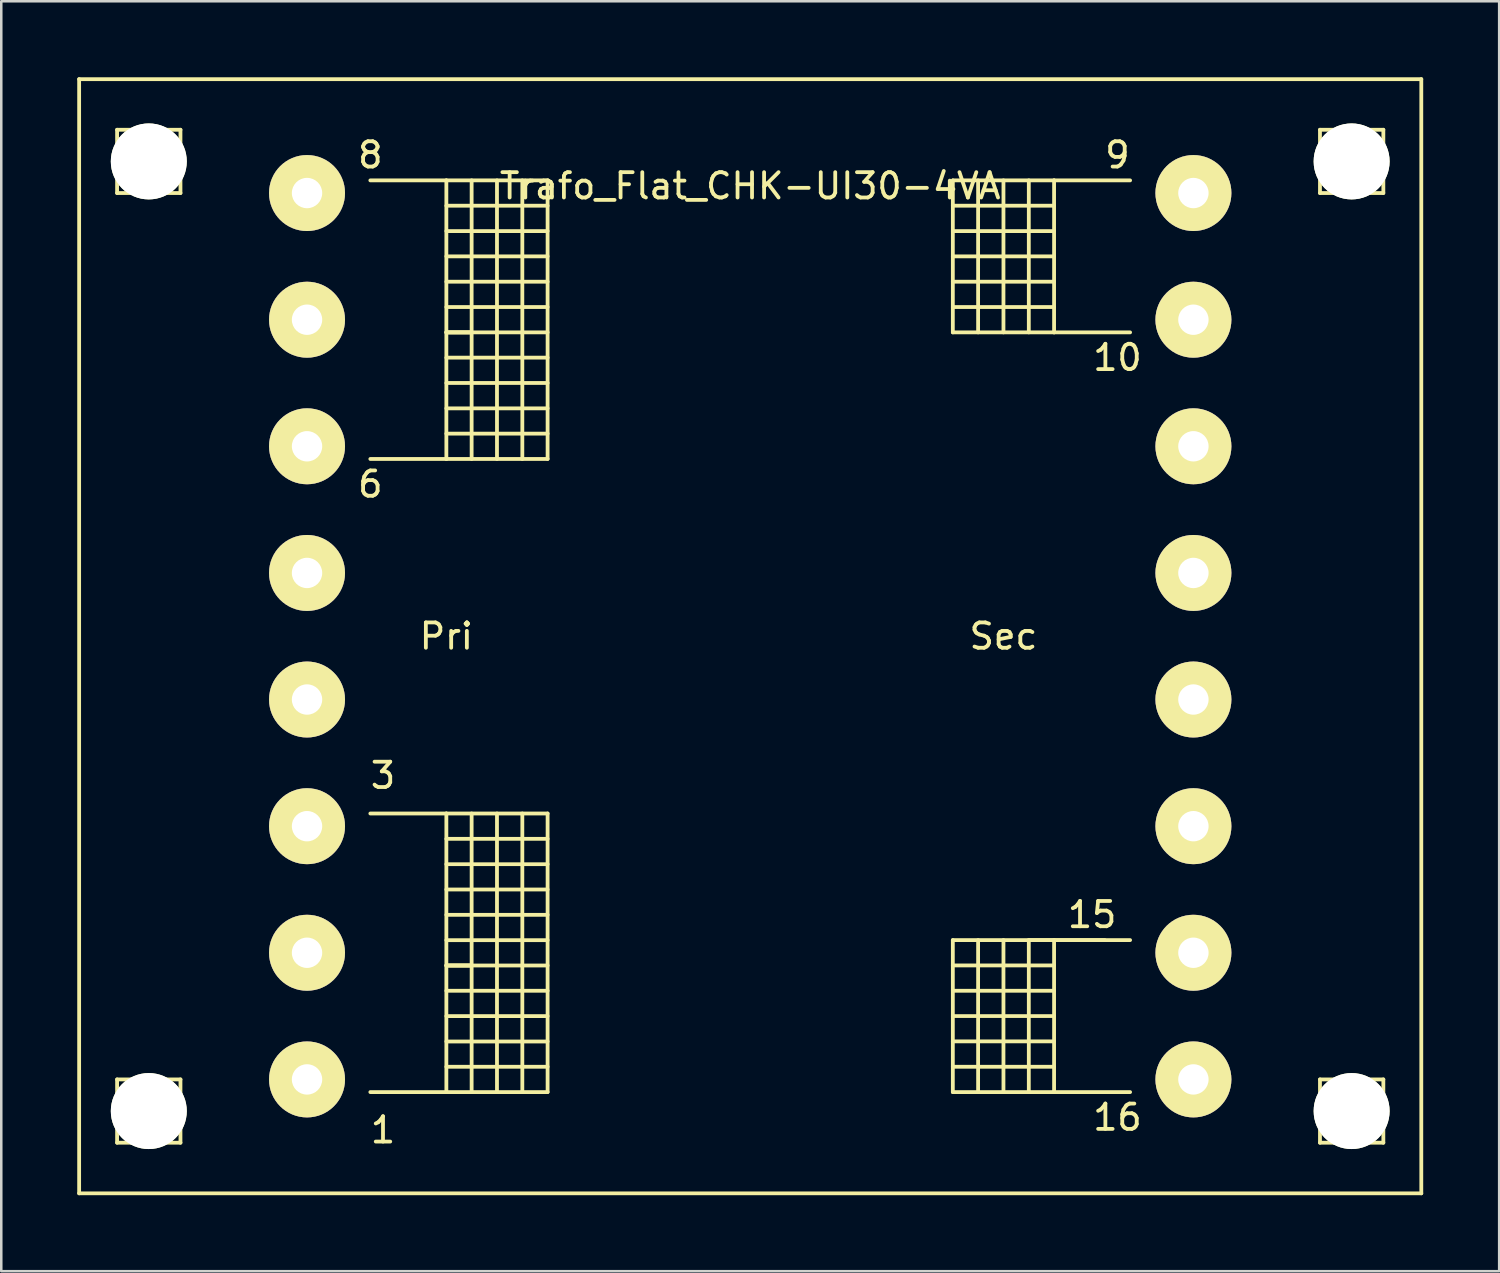
<source format=kicad_pcb>
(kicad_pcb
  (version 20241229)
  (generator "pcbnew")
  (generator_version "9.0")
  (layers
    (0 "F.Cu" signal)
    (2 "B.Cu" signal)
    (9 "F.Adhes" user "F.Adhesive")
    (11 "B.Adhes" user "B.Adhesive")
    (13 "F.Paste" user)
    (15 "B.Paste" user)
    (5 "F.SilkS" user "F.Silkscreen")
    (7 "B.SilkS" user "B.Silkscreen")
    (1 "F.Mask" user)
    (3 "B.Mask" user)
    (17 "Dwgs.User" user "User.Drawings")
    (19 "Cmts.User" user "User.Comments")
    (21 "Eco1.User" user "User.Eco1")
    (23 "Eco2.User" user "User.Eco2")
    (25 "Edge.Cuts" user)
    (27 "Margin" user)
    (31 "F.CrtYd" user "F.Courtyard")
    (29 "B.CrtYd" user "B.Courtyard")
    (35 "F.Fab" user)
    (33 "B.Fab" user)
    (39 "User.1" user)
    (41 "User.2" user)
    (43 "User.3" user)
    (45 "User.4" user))
  (footprint "Trafo_Flat_CHK-UI30-4VA"
    (layer "F.Cu")
    (at 26.575 22.074)
    (property "Reference" "Trafo_Flat_CHK-UI30-4VA" (at 0 -17.78 0) (layer "F.SilkS") (effects (font (size 1 1) (thickness 0.15))))
    (attr through_hole)
    (fp_line (start -26.5 -21.999) (end -26.5 21.999) (stroke (width 0.15) (type solid)) (layer "F.SilkS"))
    (fp_line (start -26.5 21.999) (end 26.5 21.999) (stroke (width 0.15) (type solid)) (layer "F.SilkS"))
    (fp_line (start -25.001 -20) (end -25.001 -17.501) (stroke (width 0.15) (type solid)) (layer "F.SilkS"))
    (fp_line (start -25.001 -17.501) (end -22.499 -17.501) (stroke (width 0.15) (type solid)) (layer "F.SilkS"))
    (fp_line (start -25.001 17.501) (end -25.001 20) (stroke (width 0.15) (type solid)) (layer "F.SilkS"))
    (fp_line (start -25.001 20) (end -22.499 20) (stroke (width 0.15) (type solid)) (layer "F.SilkS"))
    (fp_line (start -23.749 -20) (end -25.001 -20) (stroke (width 0.15) (type solid)) (layer "F.SilkS"))
    (fp_line (start -23.749 17.501) (end -25.001 17.501) (stroke (width 0.15) (type solid)) (layer "F.SilkS"))
    (fp_line (start -22.499 -20) (end -23.749 -20) (stroke (width 0.15) (type solid)) (layer "F.SilkS"))
    (fp_line (start -22.499 -17.501) (end -22.499 -20) (stroke (width 0.15) (type solid)) (layer "F.SilkS"))
    (fp_line (start -22.499 17.501) (end -23.749 17.501) (stroke (width 0.15) (type solid)) (layer "F.SilkS"))
    (fp_line (start -22.499 20) (end -22.499 17.501) (stroke (width 0.15) (type solid)) (layer "F.SilkS"))
    (fp_line (start -15.001 -18.001) (end -11.999 -18.001) (stroke (width 0.15) (type solid)) (layer "F.SilkS"))
    (fp_line (start -15.001 7) (end -11.999 7) (stroke (width 0.15) (type solid)) (layer "F.SilkS"))
    (fp_line (start -11.999 -18.001) (end -11.999 -7) (stroke (width 0.15) (type solid)) (layer "F.SilkS"))
    (fp_line (start -11.999 -18.001) (end -8.001 -18.001) (stroke (width 0.15) (type solid)) (layer "F.SilkS"))
    (fp_line (start -11.999 -17) (end -8.001 -17) (stroke (width 0.15) (type solid)) (layer "F.SilkS"))
    (fp_line (start -11.999 -15.999) (end -8.001 -15.999) (stroke (width 0.15) (type solid)) (layer "F.SilkS"))
    (fp_line (start -11.999 -15.001) (end -8.001 -15.001) (stroke (width 0.15) (type solid)) (layer "F.SilkS"))
    (fp_line (start -11.999 -14) (end -8.001 -14) (stroke (width 0.15) (type solid)) (layer "F.SilkS"))
    (fp_line (start -11.999 -13) (end -8.001 -13) (stroke (width 0.15) (type solid)) (layer "F.SilkS"))
    (fp_line (start -11.999 -11.999) (end -11.001 -11.999) (stroke (width 0.15) (type solid)) (layer "F.SilkS"))
    (fp_line (start -11.999 -11.001) (end -8.001 -11.001) (stroke (width 0.15) (type solid)) (layer "F.SilkS"))
    (fp_line (start -11.999 -8.999) (end -8.999 -8.999) (stroke (width 0.15) (type solid)) (layer "F.SilkS"))
    (fp_line (start -11.999 -7) (end -15.001 -7) (stroke (width 0.15) (type solid)) (layer "F.SilkS"))
    (fp_line (start -11.999 7) (end -11.999 18.001) (stroke (width 0.15) (type solid)) (layer "F.SilkS"))
    (fp_line (start -11.999 7) (end -8.001 7) (stroke (width 0.15) (type solid)) (layer "F.SilkS"))
    (fp_line (start -11.999 8.001) (end -8.001 8.001) (stroke (width 0.15) (type solid)) (layer "F.SilkS"))
    (fp_line (start -11.999 9.002) (end -8.001 9.002) (stroke (width 0.15) (type solid)) (layer "F.SilkS"))
    (fp_line (start -11.999 10) (end -8.001 10) (stroke (width 0.15) (type solid)) (layer "F.SilkS"))
    (fp_line (start -11.999 11.001) (end -8.001 11.001) (stroke (width 0.15) (type solid)) (layer "F.SilkS"))
    (fp_line (start -11.999 12.002) (end -8.001 12.002) (stroke (width 0.15) (type solid)) (layer "F.SilkS"))
    (fp_line (start -11.999 13.002) (end -11.001 13.002) (stroke (width 0.15) (type solid)) (layer "F.SilkS"))
    (fp_line (start -11.999 14) (end -8.001 14) (stroke (width 0.15) (type solid)) (layer "F.SilkS"))
    (fp_line (start -11.999 16.002) (end -8.999 16.002) (stroke (width 0.15) (type solid)) (layer "F.SilkS"))
    (fp_line (start -11.999 18.001) (end -15.001 18.001) (stroke (width 0.15) (type solid)) (layer "F.SilkS"))
    (fp_line (start -11.001 -18.001) (end -11.001 -7) (stroke (width 0.15) (type solid)) (layer "F.SilkS"))
    (fp_line (start -11.001 -11.999) (end -11.999 -11.999) (stroke (width 0.15) (type solid)) (layer "F.SilkS"))
    (fp_line (start -11.001 7) (end -11.001 18.001) (stroke (width 0.15) (type solid)) (layer "F.SilkS"))
    (fp_line (start -11.001 13.002) (end -11.999 13.002) (stroke (width 0.15) (type solid)) (layer "F.SilkS"))
    (fp_line (start -10 -7) (end -10 -18.001) (stroke (width 0.15) (type solid)) (layer "F.SilkS"))
    (fp_line (start -10 18.001) (end -10 7) (stroke (width 0.15) (type solid)) (layer "F.SilkS"))
    (fp_line (start -8.999 -18.001) (end -8.999 -7) (stroke (width 0.15) (type solid)) (layer "F.SilkS"))
    (fp_line (start -8.999 -8.999) (end -8.001 -8.999) (stroke (width 0.15) (type solid)) (layer "F.SilkS"))
    (fp_line (start -8.999 7) (end -8.999 18.001) (stroke (width 0.15) (type solid)) (layer "F.SilkS"))
    (fp_line (start -8.999 16.002) (end -8.001 16.002) (stroke (width 0.15) (type solid)) (layer "F.SilkS"))
    (fp_line (start -8.001 -18.001) (end -8.001 -7) (stroke (width 0.15) (type solid)) (layer "F.SilkS"))
    (fp_line (start -8.001 -11.999) (end -11.999 -11.999) (stroke (width 0.15) (type solid)) (layer "F.SilkS"))
    (fp_line (start -8.001 -10) (end -11.999 -10) (stroke (width 0.15) (type solid)) (layer "F.SilkS"))
    (fp_line (start -8.001 -8.001) (end -11.999 -8.001) (stroke (width 0.15) (type solid)) (layer "F.SilkS"))
    (fp_line (start -8.001 -7) (end -11.999 -7) (stroke (width 0.15) (type solid)) (layer "F.SilkS"))
    (fp_line (start -8.001 7) (end -8.001 18.001) (stroke (width 0.15) (type solid)) (layer "F.SilkS"))
    (fp_line (start -8.001 13.002) (end -11.999 13.002) (stroke (width 0.15) (type solid)) (layer "F.SilkS"))
    (fp_line (start -8.001 15.001) (end -11.999 15.001) (stroke (width 0.15) (type solid)) (layer "F.SilkS"))
    (fp_line (start -8.001 17) (end -11.999 17) (stroke (width 0.15) (type solid)) (layer "F.SilkS"))
    (fp_line (start -8.001 18.001) (end -11.999 18.001) (stroke (width 0.15) (type solid)) (layer "F.SilkS"))
    (fp_line (start 8.001 -18.001) (end 8.001 -11.999) (stroke (width 0.15) (type solid)) (layer "F.SilkS"))
    (fp_line (start 8.001 -17) (end 11.999 -17) (stroke (width 0.15) (type solid)) (layer "F.SilkS"))
    (fp_line (start 8.001 -15.001) (end 11.999 -15.001) (stroke (width 0.15) (type solid)) (layer "F.SilkS"))
    (fp_line (start 8.001 -14) (end 11.999 -14) (stroke (width 0.15) (type solid)) (layer "F.SilkS"))
    (fp_line (start 8.001 -11.999) (end 11.999 -11.999) (stroke (width 0.15) (type solid)) (layer "F.SilkS"))
    (fp_line (start 8.001 11.999) (end 8.001 18.001) (stroke (width 0.15) (type solid)) (layer "F.SilkS"))
    (fp_line (start 8.001 13) (end 11.999 13) (stroke (width 0.15) (type solid)) (layer "F.SilkS"))
    (fp_line (start 8.001 14.999) (end 11.999 14.999) (stroke (width 0.15) (type solid)) (layer "F.SilkS"))
    (fp_line (start 8.001 15.999) (end 11.999 15.999) (stroke (width 0.15) (type solid)) (layer "F.SilkS"))
    (fp_line (start 8.001 18.001) (end 11.999 18.001) (stroke (width 0.15) (type solid)) (layer "F.SilkS"))
    (fp_line (start 8.999 -18.001) (end 8.999 -11.999) (stroke (width 0.15) (type solid)) (layer "F.SilkS"))
    (fp_line (start 8.999 11.999) (end 8.999 18.001) (stroke (width 0.15) (type solid)) (layer "F.SilkS"))
    (fp_line (start 10 -18.001) (end 10 -11.999) (stroke (width 0.15) (type solid)) (layer "F.SilkS"))
    (fp_line (start 10 11.999) (end 10 18.001) (stroke (width 0.15) (type solid)) (layer "F.SilkS"))
    (fp_line (start 11.001 -18.001) (end 11.001 -11.999) (stroke (width 0.15) (type solid)) (layer "F.SilkS"))
    (fp_line (start 11.001 11.999) (end 11.001 18.001) (stroke (width 0.15) (type solid)) (layer "F.SilkS"))
    (fp_line (start 11.999 -18.001) (end 8.001 -18.001) (stroke (width 0.15) (type solid)) (layer "F.SilkS"))
    (fp_line (start 11.999 -18.001) (end 11.999 -11.999) (stroke (width 0.15) (type solid)) (layer "F.SilkS"))
    (fp_line (start 11.999 -15.999) (end 8.001 -15.999) (stroke (width 0.15) (type solid)) (layer "F.SilkS"))
    (fp_line (start 11.999 -13) (end 8.001 -13) (stroke (width 0.15) (type solid)) (layer "F.SilkS"))
    (fp_line (start 11.999 -11.999) (end 15.001 -11.999) (stroke (width 0.15) (type solid)) (layer "F.SilkS"))
    (fp_line (start 11.999 11.999) (end 8.001 11.999) (stroke (width 0.15) (type solid)) (layer "F.SilkS"))
    (fp_line (start 11.999 11.999) (end 11.999 18.001) (stroke (width 0.15) (type solid)) (layer "F.SilkS"))
    (fp_line (start 11.999 14) (end 8.001 14) (stroke (width 0.15) (type solid)) (layer "F.SilkS"))
    (fp_line (start 11.999 17) (end 8.001 17) (stroke (width 0.15) (type solid)) (layer "F.SilkS"))
    (fp_line (start 11.999 18.001) (end 15.001 18.001) (stroke (width 0.15) (type solid)) (layer "F.SilkS"))
    (fp_line (start 14 11.999) (end 10.998 11.999) (stroke (width 0.15) (type solid)) (layer "F.SilkS"))
    (fp_line (start 15.001 -18.001) (end 11.999 -18.001) (stroke (width 0.15) (type solid)) (layer "F.SilkS"))
    (fp_line (start 15.001 11.999) (end 11.999 11.999) (stroke (width 0.15) (type solid)) (layer "F.SilkS"))
    (fp_line (start 22.499 -20) (end 22.499 -17.501) (stroke (width 0.15) (type solid)) (layer "F.SilkS"))
    (fp_line (start 22.499 -17.501) (end 25.001 -17.501) (stroke (width 0.15) (type solid)) (layer "F.SilkS"))
    (fp_line (start 22.499 17.501) (end 22.499 20) (stroke (width 0.15) (type solid)) (layer "F.SilkS"))
    (fp_line (start 22.499 20) (end 25.001 20) (stroke (width 0.15) (type solid)) (layer "F.SilkS"))
    (fp_line (start 23.749 -20) (end 22.499 -20) (stroke (width 0.15) (type solid)) (layer "F.SilkS"))
    (fp_line (start 23.749 17.501) (end 22.499 17.501) (stroke (width 0.15) (type solid)) (layer "F.SilkS"))
    (fp_line (start 25.001 -20) (end 23.749 -20) (stroke (width 0.15) (type solid)) (layer "F.SilkS"))
    (fp_line (start 25.001 -17.501) (end 25.001 -20) (stroke (width 0.15) (type solid)) (layer "F.SilkS"))
    (fp_line (start 25.001 17.501) (end 23.749 17.501) (stroke (width 0.15) (type solid)) (layer "F.SilkS"))
    (fp_line (start 25.001 20) (end 25.001 17.501) (stroke (width 0.15) (type solid)) (layer "F.SilkS"))
    (fp_line (start 26.5 -21.999) (end -26.5 -21.999) (stroke (width 0.15) (type solid)) (layer "F.SilkS"))
    (fp_line (start 26.5 21.999) (end 26.5 -21.999) (stroke (width 0.15) (type solid)) (layer "F.SilkS"))
    (fp_text user "10" (at 14.501 -11.003 0) (layer "F.SilkS") (effects (font (size 1 1) (thickness 0.15))))
    (fp_text user "9" (at 14.501 -19.002 0) (layer "F.SilkS") (effects (font (size 1 1) (thickness 0.15))))
    (fp_text user "Pri" (at -11.999 0 0) (layer "F.SilkS") (effects (font (size 1 1) (thickness 0.15))))
    (fp_text user "Sec" (at 10 0 0) (layer "F.SilkS") (effects (font (size 1 1) (thickness 0.15))))
    (fp_text user "15" (at 13.5 10.998 0) (layer "F.SilkS") (effects (font (size 1 1) (thickness 0.15))))
    (fp_text user "3" (at -14.501 5.499 0) (layer "F.SilkS") (effects (font (size 1 1) (thickness 0.15))))
    (fp_text user "16" (at 14.501 18.999 0) (layer "F.SilkS") (effects (font (size 1 1) (thickness 0.15))))
    (fp_text user "8" (at -15.001 -19.002 0) (layer "F.SilkS") (effects (font (size 1 1) (thickness 0.15))))
    (fp_text user "1" (at -14.501 19.5 0) (layer "F.SilkS") (effects (font (size 1 1) (thickness 0.15))))
    (fp_text user "6" (at -15.001 -6.002 0) (layer "F.SilkS") (effects (font (size 1 1) (thickness 0.15))))
    (pad "" np_thru_hole circle (at -23.749 -18.75) (size 3 3) (drill 3) (layers "*.Cu" "*.Mask" "F.SilkS"))
    (pad "" np_thru_hole circle (at -23.749 18.75) (size 3 3) (drill 3) (layers "*.Cu" "*.Mask" "F.SilkS"))
    (pad "" np_thru_hole circle (at 23.749 -18.75) (size 3 3) (drill 3) (layers "*.Cu" "*.Mask" "F.SilkS"))
    (pad "" np_thru_hole circle (at 23.749 18.75) (size 3 3) (drill 3) (layers "*.Cu" "*.Mask" "F.SilkS"))
    (pad "1" thru_hole circle (at -17.501 17.501) (size 3 3) (drill 1.199) (layers "*.Cu" "*.Mask" "F.SilkS"))
    (pad "2" thru_hole circle (at -17.501 12.499) (size 3 3) (drill 1.199) (layers "*.Cu" "*.Mask" "F.SilkS"))
    (pad "3" thru_hole circle (at -17.501 7.501) (size 3 3) (drill 1.199) (layers "*.Cu" "*.Mask" "F.SilkS"))
    (pad "4" thru_hole circle (at -17.501 2.499) (size 3 3) (drill 1.199) (layers "*.Cu" "*.Mask" "F.SilkS"))
    (pad "5" thru_hole circle (at -17.501 -2.499) (size 3 3) (drill 1.199) (layers "*.Cu" "*.Mask" "F.SilkS"))
    (pad "6" thru_hole circle (at -17.501 -7.501) (size 3 3) (drill 1.199) (layers "*.Cu" "*.Mask" "F.SilkS"))
    (pad "7" thru_hole circle (at -17.501 -12.499) (size 3 3) (drill 1.199) (layers "*.Cu" "*.Mask" "F.SilkS"))
    (pad "8" thru_hole circle (at -17.501 -17.501) (size 3 3) (drill 1.199) (layers "*.Cu" "*.Mask" "F.SilkS"))
    (pad "9" thru_hole circle (at 17.501 -17.501) (size 3 3) (drill 1.199) (layers "*.Cu" "*.Mask" "F.SilkS"))
    (pad "10" thru_hole circle (at 17.501 -12.499) (size 3 3) (drill 1.199) (layers "*.Cu" "*.Mask" "F.SilkS"))
    (pad "11" thru_hole circle (at 17.501 -7.501) (size 3 3) (drill 1.199) (layers "*.Cu" "*.Mask" "F.SilkS"))
    (pad "12" thru_hole circle (at 17.501 -2.499) (size 3 3) (drill 1.199) (layers "*.Cu" "*.Mask" "F.SilkS"))
    (pad "13" thru_hole circle (at 17.501 2.499) (size 3 3) (drill 1.199) (layers "*.Cu" "*.Mask" "F.SilkS"))
    (pad "14" thru_hole circle (at 17.501 7.501) (size 3 3) (drill 1.199) (layers "*.Cu" "*.Mask" "F.SilkS"))
    (pad "15" thru_hole circle (at 17.501 12.499) (size 3 3) (drill 1.199) (layers "*.Cu" "*.Mask" "F.SilkS"))
    (pad "16" thru_hole circle (at 17.501 17.501) (size 3 3) (drill 1.199) (layers "*.Cu" "*.Mask" "F.SilkS")))
  (gr_rect
    (start -3 -3)
    (end 56.15 47.148)
    (stroke (width 0.1) (type default))
    (fill no)
    (layer "Edge.Cuts")))
</source>
